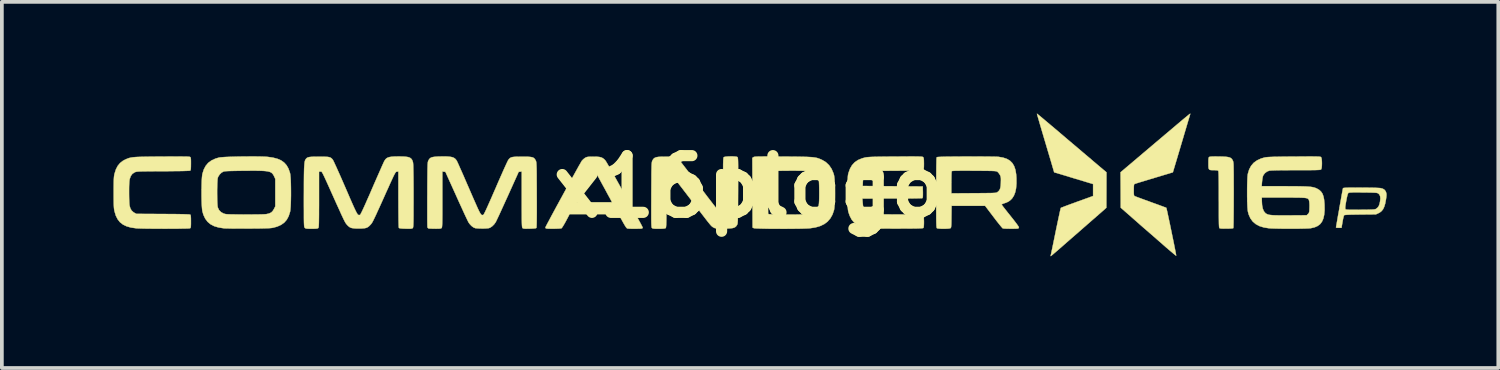
<source format=kicad_pcb>
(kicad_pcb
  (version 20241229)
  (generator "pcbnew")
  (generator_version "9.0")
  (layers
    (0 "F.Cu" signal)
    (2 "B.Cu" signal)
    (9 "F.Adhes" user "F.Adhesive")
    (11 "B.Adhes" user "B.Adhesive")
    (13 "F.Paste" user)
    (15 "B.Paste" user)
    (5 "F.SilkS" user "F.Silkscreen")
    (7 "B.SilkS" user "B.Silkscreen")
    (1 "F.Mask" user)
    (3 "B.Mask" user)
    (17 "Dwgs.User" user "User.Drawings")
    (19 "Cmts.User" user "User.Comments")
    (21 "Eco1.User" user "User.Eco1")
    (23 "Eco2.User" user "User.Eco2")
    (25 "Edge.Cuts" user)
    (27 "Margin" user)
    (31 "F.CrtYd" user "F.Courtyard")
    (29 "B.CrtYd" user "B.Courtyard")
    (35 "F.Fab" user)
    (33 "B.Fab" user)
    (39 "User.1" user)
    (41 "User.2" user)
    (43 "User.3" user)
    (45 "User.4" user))
  (footprint "x16plogo"
    (layer "F.Cu")
    (at 17.067 1.967)
    (property "Reference" "x16plogo" (at 0 0 0) (layer "F.SilkS") (effects (font (size 1.524 1.524) (thickness 0.3))))
    (attr exclude_from_pos_files exclude_from_bom)
    (fp_poly (pts (xy 12.629 -0.811) (xy 12.647 -0.811) (xy 12.747 -0.808) (xy 12.825 -0.804) (xy 12.884 -0.796) (xy 12.928 -0.785) (xy 12.96 -0.769) (xy 12.984 -0.748) (xy 13.004 -0.719) (xy 13.011 -0.705) (xy 13.016 -0.694) (xy 13.02 -0.683) (xy 13.024 -0.668) (xy 13.027 -0.648) (xy 13.03 -0.622) (xy 13.032 -0.586) (xy 13.033 -0.541) (xy 13.034 -0.483) (xy 13.035 -0.411) (xy 13.036 -0.322) (xy 13.036 -0.216) (xy 13.036 -0.09) (xy 13.037 0.058) (xy 13.037 0.224) (xy 13.036 0.372) (xy 13.036 0.511) (xy 13.035 0.642) (xy 13.034 0.76) (xy 13.033 0.865) (xy 13.032 0.954) (xy 13.03 1.026) (xy 13.029 1.077) (xy 13.027 1.107) (xy 13.026 1.113) (xy 13.009 1.119) (xy 12.972 1.123) (xy 12.921 1.125) (xy 12.863 1.127) (xy 12.802 1.127) (xy 12.746 1.126) (xy 12.699 1.124) (xy 12.667 1.12) (xy 12.659 1.117) (xy 12.654 1.113) (xy 12.65 1.106) (xy 12.647 1.093) (xy 12.644 1.073) (xy 12.642 1.044) (xy 12.64 1.003) (xy 12.639 0.95) (xy 12.638 0.882) (xy 12.637 0.797) (xy 12.637 0.694) (xy 12.637 0.569) (xy 12.637 0.422) (xy 12.636 0.345) (xy 12.636 0.177) (xy 12.636 0.033) (xy 12.635 -0.089) (xy 12.634 -0.19) (xy 12.633 -0.27) (xy 12.631 -0.333) (xy 12.629 -0.379) (xy 12.626 -0.409) (xy 12.623 -0.426) (xy 12.621 -0.429) (xy 12.6 -0.438) (xy 12.558 -0.443) (xy 12.506 -0.445) (xy 12.448 -0.445) (xy 12.407 -0.449) (xy 12.381 -0.46) (xy 12.366 -0.482) (xy 12.359 -0.52) (xy 12.357 -0.576) (xy 12.357 -0.629) (xy 12.357 -0.695) (xy 12.359 -0.74) (xy 12.362 -0.769) (xy 12.367 -0.786) (xy 12.376 -0.796) (xy 12.384 -0.801) (xy 12.409 -0.807) (xy 12.458 -0.81) (xy 12.531 -0.812) (xy 12.629 -0.811)) (stroke (width 0.01) (type solid)) (fill yes) (layer "F.SilkS"))
    (fp_poly (pts (xy 7.759 -1.955) (xy 7.787 -1.933) (xy 7.831 -1.897) (xy 7.889 -1.849) (xy 7.96 -1.789) (xy 8.041 -1.721) (xy 8.132 -1.644) (xy 8.231 -1.561) (xy 8.335 -1.473) (xy 8.338 -1.47) (xy 8.456 -1.37) (xy 8.579 -1.265) (xy 8.704 -1.159) (xy 8.828 -1.055) (xy 8.946 -0.954) (xy 9.057 -0.86) (xy 9.156 -0.777) (xy 9.24 -0.705) (xy 9.269 -0.68) (xy 9.617 -0.386) (xy 9.616 0.09) (xy 9.614 0.565) (xy 9.572 0.603) (xy 9.553 0.621) (xy 9.517 0.652) (xy 9.467 0.696) (xy 9.405 0.75) (xy 9.335 0.811) (xy 9.258 0.878) (xy 9.202 0.927) (xy 9.11 1.007) (xy 9.005 1.099) (xy 8.891 1.199) (xy 8.774 1.301) (xy 8.659 1.401) (xy 8.551 1.495) (xy 8.5 1.54) (xy 8.418 1.612) (xy 8.341 1.679) (xy 8.273 1.738) (xy 8.214 1.788) (xy 8.168 1.828) (xy 8.136 1.854) (xy 8.121 1.866) (xy 8.12 1.867) (xy 8.118 1.857) (xy 8.12 1.845) (xy 8.124 1.827) (xy 8.133 1.787) (xy 8.145 1.73) (xy 8.16 1.659) (xy 8.177 1.577) (xy 8.192 1.505) (xy 8.23 1.319) (xy 8.263 1.157) (xy 8.292 1.018) (xy 8.317 0.9) (xy 8.338 0.802) (xy 8.355 0.723) (xy 8.368 0.662) (xy 8.379 0.617) (xy 8.386 0.587) (xy 8.391 0.572) (xy 8.393 0.569) (xy 8.406 0.563) (xy 8.441 0.55) (xy 8.494 0.529) (xy 8.563 0.503) (xy 8.644 0.473) (xy 8.736 0.439) (xy 8.83 0.405) (xy 9.258 0.25) (xy 9.258 -0.071) (xy 8.735 -0.229) (xy 8.212 -0.387) (xy 8.169 -0.533) (xy 8.157 -0.574) (xy 8.139 -0.637) (xy 8.115 -0.718) (xy 8.086 -0.814) (xy 8.054 -0.922) (xy 8.019 -1.04) (xy 7.982 -1.165) (xy 7.944 -1.292) (xy 7.936 -1.319) (xy 7.9 -1.441) (xy 7.866 -1.556) (xy 7.835 -1.661) (xy 7.808 -1.754) (xy 7.785 -1.833) (xy 7.767 -1.895) (xy 7.755 -1.938) (xy 7.75 -1.96) (xy 7.749 -1.962) (xy 7.759 -1.955)) (stroke (width 0.01) (type solid)) (fill yes) (layer "F.SilkS"))
    (fp_poly (pts (xy 11.87 -1.959) (xy 11.869 -1.955) (xy 11.869 -1.954) (xy 11.864 -1.939) (xy 11.853 -1.902) (xy 11.836 -1.845) (xy 11.813 -1.769) (xy 11.786 -1.678) (xy 11.755 -1.573) (xy 11.72 -1.456) (xy 11.683 -1.33) (xy 11.643 -1.196) (xy 11.633 -1.162) (xy 11.593 -1.027) (xy 11.555 -0.9) (xy 11.52 -0.782) (xy 11.488 -0.675) (xy 11.46 -0.582) (xy 11.437 -0.505) (xy 11.419 -0.445) (xy 11.407 -0.405) (xy 11.401 -0.387) (xy 11.4 -0.386) (xy 11.388 -0.382) (xy 11.354 -0.372) (xy 11.301 -0.356) (xy 11.231 -0.335) (xy 11.147 -0.31) (xy 11.052 -0.281) (xy 10.948 -0.25) (xy 10.903 -0.236) (xy 10.795 -0.204) (xy 10.693 -0.173) (xy 10.601 -0.145) (xy 10.521 -0.121) (xy 10.457 -0.101) (xy 10.41 -0.086) (xy 10.384 -0.078) (xy 10.38 -0.077) (xy 10.368 -0.07) (xy 10.36 -0.06) (xy 10.356 -0.04) (xy 10.353 -0.008) (xy 10.352 0.043) (xy 10.351 0.088) (xy 10.351 0.153) (xy 10.353 0.198) (xy 10.356 0.226) (xy 10.362 0.243) (xy 10.371 0.251) (xy 10.373 0.252) (xy 10.39 0.259) (xy 10.427 0.274) (xy 10.483 0.295) (xy 10.554 0.321) (xy 10.638 0.352) (xy 10.73 0.385) (xy 10.808 0.414) (xy 10.905 0.449) (xy 10.994 0.481) (xy 11.072 0.51) (xy 11.137 0.534) (xy 11.186 0.552) (xy 11.216 0.563) (xy 11.225 0.567) (xy 11.229 0.58) (xy 11.237 0.615) (xy 11.25 0.669) (xy 11.265 0.74) (xy 11.283 0.824) (xy 11.303 0.919) (xy 11.325 1.022) (xy 11.347 1.13) (xy 11.37 1.24) (xy 11.392 1.349) (xy 11.414 1.454) (xy 11.434 1.553) (xy 11.452 1.643) (xy 11.467 1.72) (xy 11.479 1.783) (xy 11.487 1.827) (xy 11.491 1.851) (xy 11.491 1.854) (xy 11.481 1.849) (xy 11.454 1.828) (xy 11.412 1.794) (xy 11.358 1.748) (xy 11.293 1.693) (xy 11.219 1.63) (xy 11.139 1.56) (xy 11.132 1.553) (xy 11.048 1.48) (xy 10.968 1.41) (xy 10.895 1.346) (xy 10.83 1.289) (xy 10.776 1.243) (xy 10.737 1.208) (xy 10.715 1.189) (xy 10.69 1.168) (xy 10.65 1.133) (xy 10.595 1.086) (xy 10.53 1.029) (xy 10.458 0.965) (xy 10.379 0.896) (xy 10.327 0.85) (xy 10.001 0.564) (xy 9.999 0.088) (xy 9.996 -0.387) (xy 10.904 -1.156) (xy 11.063 -1.29) (xy 11.203 -1.409) (xy 11.327 -1.513) (xy 11.434 -1.604) (xy 11.526 -1.682) (xy 11.605 -1.748) (xy 11.67 -1.803) (xy 11.724 -1.848) (xy 11.768 -1.884) (xy 11.802 -1.912) (xy 11.828 -1.933) (xy 11.846 -1.947) (xy 11.858 -1.956) (xy 11.866 -1.96) (xy 11.869 -1.961) (xy 11.87 -1.959)) (stroke (width 0.01) (type solid)) (fill yes) (layer "F.SilkS"))
    (fp_poly (pts (xy 16.558 0.026) (xy 16.664 0.027) (xy 16.76 0.028) (xy 16.843 0.03) (xy 16.91 0.033) (xy 16.958 0.036) (xy 16.981 0.038) (xy 17.046 0.056) (xy 17.091 0.085) (xy 17.121 0.126) (xy 17.131 0.153) (xy 17.139 0.181) (xy 17.142 0.209) (xy 17.141 0.243) (xy 17.136 0.29) (xy 17.127 0.349) (xy 17.107 0.455) (xy 17.082 0.538) (xy 17.051 0.604) (xy 17.012 0.654) (xy 16.964 0.692) (xy 16.93 0.71) (xy 16.859 0.743) (xy 16.438 0.747) (xy 16.317 0.749) (xy 16.22 0.75) (xy 16.144 0.752) (xy 16.087 0.755) (xy 16.046 0.758) (xy 16.02 0.761) (xy 16.005 0.766) (xy 16.002 0.768) (xy 15.995 0.787) (xy 15.985 0.825) (xy 15.973 0.877) (xy 15.962 0.939) (xy 15.961 0.945) (xy 15.933 1.105) (xy 15.86 1.105) (xy 15.82 1.104) (xy 15.794 1.101) (xy 15.786 1.097) (xy 15.788 1.082) (xy 15.794 1.046) (xy 15.804 0.99) (xy 15.816 0.92) (xy 15.83 0.837) (xy 15.846 0.746) (xy 15.864 0.649) (xy 15.879 0.561) (xy 16.033 0.561) (xy 16.034 0.585) (xy 16.038 0.6) (xy 16.041 0.604) (xy 16.048 0.61) (xy 16.061 0.614) (xy 16.083 0.617) (xy 16.117 0.619) (xy 16.164 0.621) (xy 16.229 0.621) (xy 16.312 0.621) (xy 16.418 0.62) (xy 16.445 0.62) (xy 16.555 0.619) (xy 16.642 0.618) (xy 16.71 0.616) (xy 16.761 0.614) (xy 16.798 0.612) (xy 16.825 0.608) (xy 16.843 0.604) (xy 16.858 0.598) (xy 16.87 0.59) (xy 16.875 0.586) (xy 16.911 0.555) (xy 16.937 0.515) (xy 16.956 0.462) (xy 16.97 0.395) (xy 16.978 0.316) (xy 16.971 0.254) (xy 16.949 0.209) (xy 16.925 0.185) (xy 16.914 0.178) (xy 16.901 0.172) (xy 16.883 0.167) (xy 16.857 0.163) (xy 16.821 0.161) (xy 16.771 0.159) (xy 16.704 0.157) (xy 16.618 0.156) (xy 16.512 0.155) (xy 16.403 0.154) (xy 16.317 0.154) (xy 16.251 0.154) (xy 16.202 0.155) (xy 16.167 0.157) (xy 16.143 0.16) (xy 16.128 0.164) (xy 16.118 0.169) (xy 16.113 0.174) (xy 16.102 0.197) (xy 16.089 0.242) (xy 16.074 0.307) (xy 16.059 0.389) (xy 16.058 0.391) (xy 16.045 0.467) (xy 16.037 0.522) (xy 16.033 0.561) (xy 15.879 0.561) (xy 15.881 0.549) (xy 15.899 0.45) (xy 15.916 0.355) (xy 15.931 0.267) (xy 15.945 0.19) (xy 15.957 0.126) (xy 15.966 0.079) (xy 15.971 0.052) (xy 15.972 0.048) (xy 15.975 0.042) (xy 15.982 0.037) (xy 15.996 0.033) (xy 16.019 0.031) (xy 16.054 0.029) (xy 16.102 0.027) (xy 16.167 0.026) (xy 16.25 0.026) (xy 16.355 0.025) (xy 16.446 0.025) (xy 16.558 0.026)) (stroke (width 0.01) (type solid)) (fill yes) (layer "F.SilkS"))
    (fp_poly (pts (xy -4.079 -0.805) (xy -4.012 -0.799) (xy -3.961 -0.787) (xy -3.919 -0.767) (xy -3.882 -0.739) (xy -3.845 -0.699) (xy -3.834 -0.682) (xy -3.812 -0.645) (xy -3.779 -0.59) (xy -3.739 -0.519) (xy -3.691 -0.435) (xy -3.637 -0.339) (xy -3.577 -0.234) (xy -3.514 -0.121) (xy -3.448 -0.003) (xy -3.38 0.119) (xy -3.312 0.242) (xy -3.244 0.365) (xy -3.178 0.484) (xy -3.114 0.599) (xy -3.055 0.707) (xy -3.001 0.806) (xy -2.953 0.895) (xy -2.912 0.97) (xy -2.88 1.03) (xy -2.858 1.074) (xy -2.846 1.098) (xy -2.845 1.102) (xy -2.855 1.117) (xy -2.865 1.123) (xy -2.886 1.126) (xy -2.926 1.128) (xy -2.98 1.129) (xy -3.042 1.13) (xy -3.106 1.13) (xy -3.166 1.129) (xy -3.216 1.127) (xy -3.25 1.124) (xy -3.26 1.122) (xy -3.276 1.111) (xy -3.298 1.084) (xy -3.327 1.038) (xy -3.365 0.973) (xy -3.391 0.926) (xy -3.494 0.737) (xy -4.81 0.737) (xy -4.907 0.921) (xy -4.942 0.984) (xy -4.974 1.039) (xy -5.001 1.082) (xy -5.021 1.11) (xy -5.029 1.118) (xy -5.049 1.121) (xy -5.088 1.125) (xy -5.142 1.127) (xy -5.204 1.129) (xy -5.269 1.129) (xy -5.331 1.129) (xy -5.385 1.128) (xy -5.425 1.125) (xy -5.445 1.122) (xy -5.46 1.105) (xy -5.461 1.098) (xy -5.455 1.084) (xy -5.438 1.05) (xy -5.411 0.997) (xy -5.374 0.929) (xy -5.33 0.846) (xy -5.28 0.752) (xy -5.223 0.647) (xy -5.163 0.535) (xy -5.099 0.419) (xy -4.638 0.419) (xy -3.669 0.419) (xy -3.684 0.391) (xy -3.706 0.349) (xy -3.736 0.293) (xy -3.773 0.226) (xy -3.814 0.15) (xy -3.858 0.068) (xy -3.904 -0.015) (xy -3.949 -0.098) (xy -3.992 -0.177) (xy -4.031 -0.248) (xy -4.065 -0.31) (xy -4.092 -0.358) (xy -4.11 -0.39) (xy -4.118 -0.403) (xy -4.14 -0.416) (xy -4.159 -0.419) (xy -4.169 -0.416) (xy -4.181 -0.407) (xy -4.196 -0.388) (xy -4.215 -0.359) (xy -4.241 -0.315) (xy -4.274 -0.256) (xy -4.316 -0.179) (xy -4.368 -0.082) (xy -4.369 -0.079) (xy -4.417 0.01) (xy -4.463 0.096) (xy -4.506 0.175) (xy -4.543 0.244) (xy -4.572 0.298) (xy -4.591 0.334) (xy -4.594 0.34) (xy -4.638 0.419) (xy -5.099 0.419) (xy -5.099 0.418) (xy -5.032 0.296) (xy -4.965 0.173) (xy -4.898 0.05) (xy -4.831 -0.07) (xy -4.768 -0.186) (xy -4.707 -0.295) (xy -4.651 -0.396) (xy -4.601 -0.486) (xy -4.558 -0.563) (xy -4.522 -0.625) (xy -4.496 -0.671) (xy -4.48 -0.697) (xy -4.476 -0.702) (xy -4.441 -0.738) (xy -4.399 -0.771) (xy -4.389 -0.777) (xy -4.365 -0.789) (xy -4.342 -0.797) (xy -4.313 -0.802) (xy -4.273 -0.805) (xy -4.217 -0.806) (xy -4.166 -0.806) (xy -4.079 -0.805)) (stroke (width 0.01) (type solid)) (fill yes) (layer "F.SilkS"))
    (fp_poly (pts (xy 0.523 -0.812) (xy 0.639 -0.811) (xy 0.776 -0.81) (xy 0.93 -0.809) (xy 1.099 -0.808) (xy 1.246 -0.807) (xy 1.371 -0.805) (xy 1.477 -0.803) (xy 1.567 -0.801) (xy 1.642 -0.797) (xy 1.705 -0.793) (xy 1.757 -0.787) (xy 1.801 -0.78) (xy 1.84 -0.772) (xy 1.874 -0.761) (xy 1.907 -0.749) (xy 1.941 -0.735) (xy 1.977 -0.718) (xy 1.978 -0.718) (xy 2.079 -0.657) (xy 2.163 -0.577) (xy 2.23 -0.479) (xy 2.28 -0.362) (xy 2.296 -0.308) (xy 2.303 -0.263) (xy 2.31 -0.197) (xy 2.314 -0.114) (xy 2.318 -0.02) (xy 2.319 0.082) (xy 2.32 0.188) (xy 2.319 0.292) (xy 2.316 0.39) (xy 2.312 0.479) (xy 2.306 0.553) (xy 2.299 0.608) (xy 2.296 0.626) (xy 2.255 0.747) (xy 2.198 0.849) (xy 2.125 0.935) (xy 2.034 1.004) (xy 1.925 1.056) (xy 1.797 1.094) (xy 1.648 1.117) (xy 1.642 1.117) (xy 1.594 1.121) (xy 1.528 1.123) (xy 1.445 1.126) (xy 1.349 1.128) (xy 1.242 1.129) (xy 1.127 1.13) (xy 1.007 1.131) (xy 0.885 1.131) (xy 0.763 1.13) (xy 0.644 1.13) (xy 0.532 1.129) (xy 0.428 1.127) (xy 0.336 1.125) (xy 0.258 1.123) (xy 0.198 1.12) (xy 0.157 1.117) (xy 0.14 1.114) (xy 0.108 1.098) (xy 0.105 0.375) (xy 0.523 0.375) (xy 0.523 0.476) (xy 0.523 0.564) (xy 0.524 0.636) (xy 0.525 0.69) (xy 0.526 0.723) (xy 0.527 0.733) (xy 0.54 0.737) (xy 0.576 0.741) (xy 0.631 0.743) (xy 0.702 0.746) (xy 0.785 0.748) (xy 0.878 0.749) (xy 0.977 0.75) (xy 1.079 0.75) (xy 1.181 0.75) (xy 1.28 0.749) (xy 1.372 0.747) (xy 1.455 0.745) (xy 1.525 0.743) (xy 1.578 0.74) (xy 1.611 0.736) (xy 1.699 0.714) (xy 1.768 0.68) (xy 1.823 0.632) (xy 1.826 0.628) (xy 1.847 0.6) (xy 1.864 0.57) (xy 1.877 0.537) (xy 1.886 0.495) (xy 1.892 0.441) (xy 1.896 0.373) (xy 1.898 0.287) (xy 1.899 0.18) (xy 1.899 0.159) (xy 1.898 0.047) (xy 1.896 -0.042) (xy 1.893 -0.113) (xy 1.887 -0.169) (xy 1.878 -0.212) (xy 1.866 -0.247) (xy 1.851 -0.277) (xy 1.83 -0.305) (xy 1.826 -0.31) (xy 1.802 -0.337) (xy 1.777 -0.36) (xy 1.748 -0.379) (xy 1.713 -0.394) (xy 1.669 -0.406) (xy 1.616 -0.416) (xy 1.549 -0.422) (xy 1.468 -0.427) (xy 1.369 -0.429) (xy 1.25 -0.43) (xy 1.11 -0.43) (xy 1.029 -0.429) (xy 0.527 -0.425) (xy 0.524 0.146) (xy 0.523 0.264) (xy 0.523 0.375) (xy 0.105 0.375) (xy 0.105 0.162) (xy 0.101 -0.774) (xy 0.133 -0.794) (xy 0.141 -0.799) (xy 0.154 -0.802) (xy 0.172 -0.805) (xy 0.199 -0.807) (xy 0.236 -0.809) (xy 0.285 -0.811) (xy 0.348 -0.811) (xy 0.426 -0.812) (xy 0.523 -0.812)) (stroke (width 0.01) (type solid)) (fill yes) (layer "F.SilkS"))
    (fp_poly (pts (xy -15.225 -0.81) (xy -15.144 -0.809) (xy -15.083 -0.808) (xy -15.042 -0.805) (xy -15.018 -0.802) (xy -15.012 -0.801) (xy -15.002 -0.793) (xy -14.994 -0.782) (xy -14.99 -0.762) (xy -14.987 -0.729) (xy -14.986 -0.679) (xy -14.986 -0.617) (xy -14.987 -0.541) (xy -14.989 -0.487) (xy -14.994 -0.453) (xy -15.001 -0.436) (xy -15.003 -0.434) (xy -15.018 -0.43) (xy -15.055 -0.427) (xy -15.115 -0.425) (xy -15.198 -0.422) (xy -15.305 -0.42) (xy -15.436 -0.419) (xy -15.591 -0.417) (xy -15.73 -0.416) (xy -15.882 -0.416) (xy -16.011 -0.415) (xy -16.119 -0.414) (xy -16.208 -0.413) (xy -16.28 -0.412) (xy -16.337 -0.41) (xy -16.382 -0.408) (xy -16.416 -0.406) (xy -16.442 -0.403) (xy -16.461 -0.399) (xy -16.477 -0.395) (xy -16.49 -0.39) (xy -16.5 -0.385) (xy -16.56 -0.345) (xy -16.603 -0.286) (xy -16.631 -0.208) (xy -16.636 -0.185) (xy -16.641 -0.142) (xy -16.645 -0.079) (xy -16.648 -0.002) (xy -16.649 0.086) (xy -16.649 0.177) (xy -16.648 0.268) (xy -16.646 0.352) (xy -16.643 0.425) (xy -16.639 0.481) (xy -16.636 0.504) (xy -16.615 0.581) (xy -16.582 0.639) (xy -16.533 0.684) (xy -16.51 0.699) (xy -16.453 0.73) (xy -15.736 0.734) (xy -15.561 0.735) (xy -15.41 0.736) (xy -15.284 0.738) (xy -15.182 0.74) (xy -15.103 0.743) (xy -15.047 0.745) (xy -15.014 0.749) (xy -15.003 0.751) (xy -14.995 0.766) (xy -14.99 0.796) (xy -14.987 0.846) (xy -14.986 0.917) (xy -14.986 0.935) (xy -14.986 1.004) (xy -14.988 1.052) (xy -14.99 1.083) (xy -14.995 1.102) (xy -15.003 1.112) (xy -15.011 1.117) (xy -15.028 1.12) (xy -15.068 1.122) (xy -15.127 1.124) (xy -15.204 1.125) (xy -15.294 1.127) (xy -15.396 1.128) (xy -15.507 1.128) (xy -15.623 1.129) (xy -15.742 1.129) (xy -15.861 1.128) (xy -15.977 1.128) (xy -16.087 1.127) (xy -16.19 1.126) (xy -16.281 1.124) (xy -16.358 1.122) (xy -16.418 1.12) (xy -16.458 1.118) (xy -16.461 1.117) (xy -16.599 1.097) (xy -16.715 1.064) (xy -16.813 1.017) (xy -16.892 0.955) (xy -16.955 0.876) (xy -17.004 0.779) (xy -17.039 0.663) (xy -17.046 0.632) (xy -17.051 0.599) (xy -17.055 0.561) (xy -17.058 0.514) (xy -17.06 0.455) (xy -17.061 0.38) (xy -17.062 0.288) (xy -17.062 0.174) (xy -17.062 0.152) (xy -17.062 0.034) (xy -17.061 -0.062) (xy -17.06 -0.138) (xy -17.058 -0.199) (xy -17.055 -0.247) (xy -17.051 -0.286) (xy -17.046 -0.318) (xy -17.04 -0.346) (xy -17.039 -0.349) (xy -17.002 -0.465) (xy -16.953 -0.56) (xy -16.89 -0.636) (xy -16.813 -0.696) (xy -16.759 -0.725) (xy -16.725 -0.741) (xy -16.693 -0.754) (xy -16.662 -0.766) (xy -16.628 -0.775) (xy -16.59 -0.783) (xy -16.546 -0.79) (xy -16.493 -0.795) (xy -16.429 -0.799) (xy -16.352 -0.802) (xy -16.26 -0.804) (xy -16.15 -0.806) (xy -16.02 -0.807) (xy -15.869 -0.809) (xy -15.771 -0.809) (xy -15.599 -0.81) (xy -15.452 -0.811) (xy -15.327 -0.811) (xy -15.225 -0.81)) (stroke (width 0.01) (type solid)) (fill yes) (layer "F.SilkS"))
    (fp_poly (pts (xy -13.276 -0.812) (xy -13.17 -0.811) (xy -13.075 -0.809) (xy -12.995 -0.806) (xy -12.933 -0.802) (xy -12.922 -0.801) (xy -12.782 -0.781) (xy -12.663 -0.75) (xy -12.563 -0.707) (xy -12.482 -0.649) (xy -12.417 -0.577) (xy -12.366 -0.488) (xy -12.328 -0.381) (xy -12.322 -0.359) (xy -12.315 -0.316) (xy -12.309 -0.252) (xy -12.304 -0.171) (xy -12.301 -0.077) (xy -12.299 0.027) (xy -12.298 0.135) (xy -12.298 0.244) (xy -12.3 0.35) (xy -12.303 0.449) (xy -12.307 0.537) (xy -12.313 0.609) (xy -12.319 0.661) (xy -12.323 0.677) (xy -12.36 0.792) (xy -12.411 0.887) (xy -12.478 0.964) (xy -12.562 1.024) (xy -12.665 1.071) (xy -12.765 1.099) (xy -12.792 1.105) (xy -12.822 1.109) (xy -12.86 1.113) (xy -12.906 1.116) (xy -12.965 1.118) (xy -13.038 1.12) (xy -13.127 1.122) (xy -13.236 1.123) (xy -13.367 1.124) (xy -13.43 1.124) (xy -13.553 1.125) (xy -13.671 1.125) (xy -13.782 1.125) (xy -13.882 1.124) (xy -13.969 1.122) (xy -14.038 1.121) (xy -14.087 1.119) (xy -14.107 1.117) (xy -14.245 1.095) (xy -14.362 1.06) (xy -14.46 1.009) (xy -14.539 0.942) (xy -14.602 0.858) (xy -14.65 0.757) (xy -14.678 0.66) (xy -14.685 0.613) (xy -14.691 0.544) (xy -14.696 0.459) (xy -14.699 0.361) (xy -14.701 0.255) (xy -14.701 0.178) (xy -14.282 0.178) (xy -14.281 0.27) (xy -14.28 0.356) (xy -14.277 0.433) (xy -14.273 0.496) (xy -14.268 0.54) (xy -14.265 0.555) (xy -14.231 0.628) (xy -14.178 0.683) (xy -14.107 0.722) (xy -14.055 0.736) (xy -14.026 0.739) (xy -13.976 0.742) (xy -13.907 0.744) (xy -13.824 0.745) (xy -13.729 0.747) (xy -13.627 0.747) (xy -13.521 0.748) (xy -13.414 0.748) (xy -13.31 0.747) (xy -13.213 0.746) (xy -13.125 0.745) (xy -13.052 0.743) (xy -12.995 0.74) (xy -12.959 0.737) (xy -12.953 0.736) (xy -12.882 0.719) (xy -12.83 0.694) (xy -12.791 0.657) (xy -12.758 0.605) (xy -12.757 0.603) (xy -12.719 0.529) (xy -12.719 -0.21) (xy -12.752 -0.281) (xy -12.769 -0.314) (xy -12.787 -0.341) (xy -12.809 -0.365) (xy -12.836 -0.384) (xy -12.871 -0.399) (xy -12.915 -0.41) (xy -12.972 -0.419) (xy -13.043 -0.425) (xy -13.131 -0.428) (xy -13.237 -0.43) (xy -13.363 -0.43) (xy -13.512 -0.429) (xy -13.551 -0.429) (xy -13.689 -0.427) (xy -13.804 -0.425) (xy -13.897 -0.423) (xy -13.971 -0.421) (xy -14.028 -0.418) (xy -14.07 -0.415) (xy -14.098 -0.41) (xy -14.113 -0.406) (xy -14.166 -0.376) (xy -14.214 -0.329) (xy -14.251 -0.272) (xy -14.265 -0.239) (xy -14.27 -0.207) (xy -14.274 -0.155) (xy -14.278 -0.085) (xy -14.28 -0.004) (xy -14.282 0.085) (xy -14.282 0.178) (xy -14.701 0.178) (xy -14.701 0.146) (xy -14.7 0.036) (xy -14.698 -0.068) (xy -14.695 -0.163) (xy -14.69 -0.245) (xy -14.683 -0.309) (xy -14.678 -0.343) (xy -14.641 -0.461) (xy -14.589 -0.56) (xy -14.521 -0.641) (xy -14.434 -0.705) (xy -14.328 -0.754) (xy -14.229 -0.783) (xy -14.193 -0.788) (xy -14.135 -0.793) (xy -14.058 -0.798) (xy -13.965 -0.802) (xy -13.861 -0.805) (xy -13.748 -0.808) (xy -13.629 -0.81) (xy -13.509 -0.811) (xy -13.39 -0.812) (xy -13.276 -0.812)) (stroke (width 0.01) (type solid)) (fill yes) (layer "F.SilkS"))
    (fp_poly (pts (xy 4.505 -0.811) (xy 4.562 -0.81) (xy 4.606 -0.809) (xy 4.639 -0.807) (xy 4.661 -0.805) (xy 4.676 -0.801) (xy 4.686 -0.798) (xy 4.691 -0.794) (xy 4.7 -0.78) (xy 4.706 -0.758) (xy 4.71 -0.723) (xy 4.711 -0.671) (xy 4.712 -0.617) (xy 4.711 -0.543) (xy 4.708 -0.491) (xy 4.702 -0.46) (xy 4.695 -0.447) (xy 4.679 -0.443) (xy 4.641 -0.44) (xy 4.578 -0.437) (xy 4.493 -0.435) (xy 4.383 -0.433) (xy 4.248 -0.431) (xy 4.089 -0.43) (xy 3.975 -0.429) (xy 3.27 -0.425) (xy 3.21 -0.396) (xy 3.154 -0.36) (xy 3.114 -0.313) (xy 3.088 -0.252) (xy 3.073 -0.173) (xy 3.07 -0.112) (xy 3.067 -0.019) (xy 4.68 -0.006) (xy 4.684 0.145) (xy 4.684 0.215) (xy 4.683 0.263) (xy 4.679 0.292) (xy 4.672 0.306) (xy 4.671 0.307) (xy 4.656 0.309) (xy 4.617 0.31) (xy 4.558 0.312) (xy 4.479 0.313) (xy 4.385 0.315) (xy 4.275 0.316) (xy 4.154 0.316) (xy 4.023 0.317) (xy 3.883 0.317) (xy 3.856 0.317) (xy 3.057 0.318) (xy 3.065 0.42) (xy 3.074 0.506) (xy 3.089 0.573) (xy 3.111 0.623) (xy 3.14 0.663) (xy 3.143 0.666) (xy 3.159 0.682) (xy 3.175 0.695) (xy 3.192 0.706) (xy 3.213 0.716) (xy 3.239 0.723) (xy 3.273 0.729) (xy 3.317 0.734) (xy 3.374 0.738) (xy 3.444 0.74) (xy 3.53 0.742) (xy 3.635 0.744) (xy 3.76 0.745) (xy 3.907 0.746) (xy 3.981 0.746) (xy 4.154 0.747) (xy 4.303 0.749) (xy 4.427 0.751) (xy 4.527 0.753) (xy 4.604 0.756) (xy 4.657 0.758) (xy 4.687 0.762) (xy 4.695 0.764) (xy 4.702 0.782) (xy 4.707 0.819) (xy 4.71 0.869) (xy 4.712 0.926) (xy 4.712 0.984) (xy 4.71 1.037) (xy 4.706 1.079) (xy 4.7 1.104) (xy 4.699 1.105) (xy 4.694 1.109) (xy 4.682 1.113) (xy 4.663 1.116) (xy 4.633 1.118) (xy 4.591 1.12) (xy 4.535 1.122) (xy 4.463 1.123) (xy 4.373 1.124) (xy 4.262 1.125) (xy 4.13 1.125) (xy 4.023 1.126) (xy 3.892 1.126) (xy 3.765 1.125) (xy 3.646 1.125) (xy 3.537 1.124) (xy 3.442 1.123) (xy 3.362 1.121) (xy 3.302 1.119) (xy 3.263 1.118) (xy 3.257 1.117) (xy 3.121 1.097) (xy 3.006 1.065) (xy 2.91 1.019) (xy 2.832 0.959) (xy 2.769 0.882) (xy 2.719 0.786) (xy 2.684 0.686) (xy 2.678 0.661) (xy 2.673 0.634) (xy 2.669 0.602) (xy 2.666 0.563) (xy 2.664 0.512) (xy 2.662 0.447) (xy 2.661 0.365) (xy 2.661 0.264) (xy 2.661 0.159) (xy 2.661 0.038) (xy 2.661 -0.061) (xy 2.662 -0.14) (xy 2.664 -0.203) (xy 2.666 -0.252) (xy 2.669 -0.29) (xy 2.673 -0.321) (xy 2.679 -0.348) (xy 2.684 -0.368) (xy 2.726 -0.484) (xy 2.781 -0.579) (xy 2.852 -0.656) (xy 2.94 -0.716) (xy 3.048 -0.761) (xy 3.124 -0.782) (xy 3.147 -0.787) (xy 3.174 -0.791) (xy 3.206 -0.794) (xy 3.245 -0.797) (xy 3.294 -0.8) (xy 3.355 -0.802) (xy 3.43 -0.804) (xy 3.522 -0.805) (xy 3.631 -0.807) (xy 3.762 -0.808) (xy 3.915 -0.809) (xy 3.945 -0.809) (xy 4.1 -0.81) (xy 4.231 -0.811) (xy 4.341 -0.812) (xy 4.432 -0.812) (xy 4.505 -0.811)) (stroke (width 0.01) (type solid)) (fill yes) (layer "F.SilkS"))
    (fp_poly (pts (xy 15.207 -0.811) (xy 15.262 -0.81) (xy 15.305 -0.809) (xy 15.336 -0.807) (xy 15.357 -0.804) (xy 15.371 -0.801) (xy 15.38 -0.797) (xy 15.384 -0.794) (xy 15.395 -0.77) (xy 15.402 -0.729) (xy 15.406 -0.675) (xy 15.407 -0.616) (xy 15.405 -0.558) (xy 15.4 -0.509) (xy 15.391 -0.475) (xy 15.385 -0.464) (xy 15.378 -0.46) (xy 15.366 -0.456) (xy 15.347 -0.453) (xy 15.319 -0.451) (xy 15.279 -0.449) (xy 15.226 -0.447) (xy 15.157 -0.446) (xy 15.071 -0.445) (xy 14.965 -0.445) (xy 14.838 -0.445) (xy 14.713 -0.445) (xy 14.542 -0.444) (xy 14.392 -0.443) (xy 14.266 -0.442) (xy 14.162 -0.44) (xy 14.082 -0.437) (xy 14.026 -0.434) (xy 13.995 -0.431) (xy 13.995 -0.431) (xy 13.93 -0.406) (xy 13.874 -0.363) (xy 13.833 -0.309) (xy 13.819 -0.273) (xy 13.811 -0.236) (xy 13.803 -0.183) (xy 13.797 -0.126) (xy 13.796 -0.117) (xy 13.788 -0.013) (xy 14.384 -0.013) (xy 14.545 -0.012) (xy 14.684 -0.012) (xy 14.801 -0.01) (xy 14.9 -0.008) (xy 14.982 -0.005) (xy 15.05 -0.001) (xy 15.106 0.004) (xy 15.152 0.011) (xy 15.191 0.02) (xy 15.224 0.03) (xy 15.254 0.042) (xy 15.274 0.051) (xy 15.336 0.088) (xy 15.384 0.132) (xy 15.421 0.187) (xy 15.447 0.257) (xy 15.465 0.343) (xy 15.475 0.451) (xy 15.477 0.489) (xy 15.479 0.632) (xy 15.468 0.754) (xy 15.445 0.856) (xy 15.409 0.939) (xy 15.359 1.005) (xy 15.293 1.055) (xy 15.212 1.091) (xy 15.114 1.114) (xy 15.096 1.117) (xy 15.058 1.12) (xy 14.998 1.123) (xy 14.921 1.125) (xy 14.829 1.127) (xy 14.727 1.128) (xy 14.618 1.128) (xy 14.506 1.128) (xy 14.396 1.128) (xy 14.29 1.127) (xy 14.192 1.125) (xy 14.107 1.123) (xy 14.037 1.12) (xy 13.988 1.117) (xy 13.986 1.117) (xy 13.847 1.095) (xy 13.728 1.058) (xy 13.629 1.005) (xy 13.548 0.936) (xy 13.485 0.85) (xy 13.439 0.746) (xy 13.418 0.667) (xy 13.412 0.624) (xy 13.407 0.561) (xy 13.403 0.48) (xy 13.4 0.387) (xy 13.399 0.292) (xy 13.792 0.292) (xy 13.792 0.384) (xy 13.799 0.496) (xy 13.817 0.589) (xy 13.847 0.66) (xy 13.889 0.71) (xy 13.902 0.72) (xy 13.924 0.733) (xy 13.948 0.744) (xy 13.976 0.753) (xy 14.011 0.759) (xy 14.056 0.764) (xy 14.113 0.768) (xy 14.184 0.77) (xy 14.273 0.771) (xy 14.382 0.771) (xy 14.513 0.771) (xy 14.525 0.771) (xy 14.998 0.768) (xy 15.033 0.733) (xy 15.049 0.716) (xy 15.059 0.698) (xy 15.066 0.674) (xy 15.07 0.638) (xy 15.072 0.584) (xy 15.073 0.562) (xy 15.074 0.495) (xy 15.071 0.436) (xy 15.066 0.392) (xy 15.063 0.378) (xy 15.057 0.359) (xy 15.05 0.343) (xy 15.041 0.33) (xy 15.026 0.319) (xy 15.005 0.311) (xy 14.974 0.304) (xy 14.932 0.299) (xy 14.876 0.296) (xy 14.805 0.294) (xy 14.716 0.293) (xy 14.607 0.292) (xy 14.476 0.292) (xy 14.383 0.292) (xy 13.792 0.292) (xy 13.399 0.292) (xy 13.398 0.284) (xy 13.398 0.177) (xy 13.398 0.069) (xy 13.399 -0.035) (xy 13.402 -0.132) (xy 13.405 -0.217) (xy 13.409 -0.286) (xy 13.415 -0.335) (xy 13.417 -0.345) (xy 13.452 -0.462) (xy 13.504 -0.56) (xy 13.574 -0.642) (xy 13.664 -0.707) (xy 13.772 -0.757) (xy 13.863 -0.783) (xy 13.886 -0.788) (xy 13.914 -0.792) (xy 13.948 -0.795) (xy 13.992 -0.798) (xy 14.048 -0.8) (xy 14.117 -0.803) (xy 14.201 -0.804) (xy 14.303 -0.806) (xy 14.426 -0.807) (xy 14.57 -0.809) (xy 14.657 -0.809) (xy 14.81 -0.81) (xy 14.939 -0.811) (xy 15.047 -0.812) (xy 15.135 -0.812) (xy 15.207 -0.811)) (stroke (width 0.01) (type solid)) (fill yes) (layer "F.SilkS"))
    (fp_poly (pts (xy 6.277 -0.81) (xy 6.398 -0.809) (xy 6.504 -0.808) (xy 6.593 -0.807) (xy 6.661 -0.805) (xy 6.708 -0.803) (xy 6.725 -0.801) (xy 6.844 -0.78) (xy 6.943 -0.746) (xy 7.024 -0.698) (xy 7.088 -0.634) (xy 7.136 -0.553) (xy 7.17 -0.454) (xy 7.19 -0.334) (xy 7.197 -0.234) (xy 7.198 -0.085) (xy 7.188 0.042) (xy 7.165 0.15) (xy 7.13 0.24) (xy 7.083 0.313) (xy 7.064 0.334) (xy 7.02 0.375) (xy 6.973 0.405) (xy 6.915 0.431) (xy 6.871 0.445) (xy 6.833 0.459) (xy 6.808 0.472) (xy 6.801 0.48) (xy 6.809 0.493) (xy 6.83 0.523) (xy 6.864 0.567) (xy 6.908 0.623) (xy 6.96 0.689) (xy 7.018 0.761) (xy 7.033 0.78) (xy 7.092 0.854) (xy 7.146 0.923) (xy 7.192 0.983) (xy 7.228 1.033) (xy 7.253 1.069) (xy 7.264 1.089) (xy 7.264 1.091) (xy 7.255 1.115) (xy 7.244 1.123) (xy 7.223 1.126) (xy 7.183 1.128) (xy 7.128 1.129) (xy 7.066 1.129) (xy 7.001 1.129) (xy 6.939 1.128) (xy 6.886 1.126) (xy 6.848 1.123) (xy 6.831 1.12) (xy 6.818 1.108) (xy 6.792 1.078) (xy 6.755 1.033) (xy 6.709 0.976) (xy 6.656 0.909) (xy 6.599 0.834) (xy 6.583 0.813) (xy 6.356 0.514) (xy 5.455 0.514) (xy 5.451 0.806) (xy 5.45 0.901) (xy 5.449 0.974) (xy 5.447 1.027) (xy 5.444 1.065) (xy 5.44 1.09) (xy 5.435 1.105) (xy 5.428 1.113) (xy 5.427 1.114) (xy 5.405 1.121) (xy 5.365 1.126) (xy 5.311 1.129) (xy 5.251 1.13) (xy 5.19 1.13) (xy 5.135 1.127) (xy 5.091 1.123) (xy 5.065 1.117) (xy 5.064 1.117) (xy 5.06 1.113) (xy 5.056 1.106) (xy 5.053 1.094) (xy 5.051 1.076) (xy 5.048 1.05) (xy 5.047 1.013) (xy 5.045 0.964) (xy 5.044 0.903) (xy 5.043 0.825) (xy 5.043 0.731) (xy 5.042 0.619) (xy 5.042 0.485) (xy 5.042 0.33) (xy 5.042 0.179) (xy 5.448 0.179) (xy 6.051 0.175) (xy 6.19 0.174) (xy 6.306 0.173) (xy 6.401 0.172) (xy 6.478 0.171) (xy 6.538 0.17) (xy 6.584 0.168) (xy 6.619 0.166) (xy 6.644 0.163) (xy 6.661 0.159) (xy 6.673 0.154) (xy 6.683 0.149) (xy 6.689 0.145) (xy 6.724 0.114) (xy 6.748 0.08) (xy 6.764 0.037) (xy 6.774 -0.021) (xy 6.779 -0.097) (xy 6.779 -0.114) (xy 6.781 -0.179) (xy 6.78 -0.225) (xy 6.776 -0.259) (xy 6.769 -0.285) (xy 6.757 -0.312) (xy 6.754 -0.317) (xy 6.729 -0.356) (xy 6.7 -0.39) (xy 6.689 -0.399) (xy 6.68 -0.405) (xy 6.669 -0.41) (xy 6.655 -0.415) (xy 6.634 -0.418) (xy 6.605 -0.421) (xy 6.565 -0.423) (xy 6.513 -0.425) (xy 6.445 -0.426) (xy 6.36 -0.427) (xy 6.255 -0.428) (xy 6.128 -0.429) (xy 6.061 -0.429) (xy 5.918 -0.43) (xy 5.798 -0.43) (xy 5.699 -0.43) (xy 5.621 -0.429) (xy 5.56 -0.428) (xy 5.515 -0.426) (xy 5.485 -0.424) (xy 5.467 -0.42) (xy 5.459 -0.416) (xy 5.459 -0.416) (xy 5.456 -0.399) (xy 5.453 -0.361) (xy 5.451 -0.305) (xy 5.45 -0.235) (xy 5.449 -0.154) (xy 5.448 -0.111) (xy 5.448 0.179) (xy 5.042 0.179) (xy 5.042 0.168) (xy 5.042 -0.009) (xy 5.043 -0.171) (xy 5.044 -0.317) (xy 5.045 -0.446) (xy 5.046 -0.556) (xy 5.048 -0.646) (xy 5.049 -0.715) (xy 5.051 -0.762) (xy 5.054 -0.785) (xy 5.054 -0.787) (xy 5.059 -0.791) (xy 5.071 -0.795) (xy 5.089 -0.798) (xy 5.118 -0.8) (xy 5.158 -0.802) (xy 5.212 -0.804) (xy 5.28 -0.806) (xy 5.366 -0.807) (xy 5.47 -0.808) (xy 5.595 -0.809) (xy 5.743 -0.81) (xy 5.845 -0.81) (xy 5.998 -0.811) (xy 6.143 -0.811) (xy 6.277 -0.81)) (stroke (width 0.01) (type solid)) (fill yes) (layer "F.SilkS"))
    (fp_poly (pts (xy -0.429 -0.814) (xy -0.373 -0.811) (xy -0.329 -0.806) (xy -0.302 -0.798) (xy -0.301 -0.797) (xy -0.296 -0.792) (xy -0.293 -0.785) (xy -0.29 -0.772) (xy -0.287 -0.752) (xy -0.285 -0.724) (xy -0.283 -0.685) (xy -0.282 -0.634) (xy -0.281 -0.568) (xy -0.281 -0.487) (xy -0.281 -0.389) (xy -0.281 -0.271) (xy -0.281 -0.132) (xy -0.282 0.03) (xy -0.282 0.102) (xy -0.283 0.273) (xy -0.284 0.42) (xy -0.284 0.546) (xy -0.285 0.652) (xy -0.286 0.741) (xy -0.287 0.812) (xy -0.289 0.87) (xy -0.29 0.915) (xy -0.293 0.95) (xy -0.295 0.976) (xy -0.298 0.994) (xy -0.302 1.008) (xy -0.306 1.019) (xy -0.311 1.028) (xy -0.312 1.029) (xy -0.332 1.06) (xy -0.357 1.083) (xy -0.388 1.1) (xy -0.43 1.112) (xy -0.486 1.119) (xy -0.561 1.123) (xy -0.656 1.124) (xy -0.667 1.124) (xy -0.749 1.124) (xy -0.81 1.123) (xy -0.854 1.121) (xy -0.885 1.118) (xy -0.909 1.112) (xy -0.928 1.104) (xy -0.946 1.094) (xy -0.957 1.088) (xy -0.968 1.081) (xy -0.978 1.074) (xy -0.989 1.065) (xy -1.003 1.051) (xy -1.02 1.033) (xy -1.041 1.008) (xy -1.068 0.975) (xy -1.102 0.933) (xy -1.143 0.88) (xy -1.193 0.815) (xy -1.254 0.736) (xy -1.325 0.643) (xy -1.409 0.533) (xy -1.507 0.406) (xy -1.598 0.286) (xy -1.701 0.152) (xy -1.79 0.036) (xy -1.866 -0.062) (xy -1.929 -0.145) (xy -1.982 -0.213) (xy -2.026 -0.267) (xy -2.061 -0.31) (xy -2.089 -0.343) (xy -2.11 -0.366) (xy -2.127 -0.383) (xy -2.14 -0.393) (xy -2.15 -0.398) (xy -2.159 -0.4) (xy -2.163 -0.4) (xy -2.203 -0.4) (xy -2.207 0.349) (xy -2.207 0.507) (xy -2.208 0.641) (xy -2.209 0.753) (xy -2.21 0.846) (xy -2.211 0.921) (xy -2.213 0.981) (xy -2.214 1.026) (xy -2.217 1.06) (xy -2.219 1.083) (xy -2.222 1.099) (xy -2.226 1.109) (xy -2.231 1.114) (xy -2.231 1.114) (xy -2.255 1.122) (xy -2.302 1.128) (xy -2.374 1.13) (xy -2.415 1.13) (xy -2.485 1.13) (xy -2.534 1.128) (xy -2.566 1.124) (xy -2.586 1.117) (xy -2.597 1.11) (xy -2.601 1.104) (xy -2.604 1.094) (xy -2.607 1.078) (xy -2.609 1.054) (xy -2.611 1.021) (xy -2.613 0.976) (xy -2.614 0.918) (xy -2.615 0.845) (xy -2.615 0.755) (xy -2.615 0.647) (xy -2.615 0.519) (xy -2.614 0.368) (xy -2.614 0.218) (xy -2.613 0.048) (xy -2.612 -0.099) (xy -2.611 -0.224) (xy -2.611 -0.329) (xy -2.61 -0.416) (xy -2.608 -0.487) (xy -2.607 -0.544) (xy -2.605 -0.589) (xy -2.603 -0.623) (xy -2.6 -0.649) (xy -2.597 -0.668) (xy -2.593 -0.682) (xy -2.589 -0.693) (xy -2.584 -0.704) (xy -2.584 -0.704) (xy -2.564 -0.737) (xy -2.542 -0.762) (xy -2.513 -0.78) (xy -2.474 -0.793) (xy -2.422 -0.801) (xy -2.353 -0.805) (xy -2.263 -0.806) (xy -2.223 -0.806) (xy -2.13 -0.806) (xy -2.059 -0.804) (xy -2.005 -0.799) (xy -1.964 -0.791) (xy -1.933 -0.778) (xy -1.906 -0.76) (xy -1.88 -0.736) (xy -1.87 -0.726) (xy -1.857 -0.71) (xy -1.831 -0.676) (xy -1.791 -0.625) (xy -1.74 -0.559) (xy -1.679 -0.48) (xy -1.609 -0.389) (xy -1.532 -0.289) (xy -1.449 -0.18) (xy -1.361 -0.064) (xy -1.3 0.016) (xy -1.195 0.153) (xy -1.105 0.272) (xy -1.027 0.373) (xy -0.962 0.457) (xy -0.907 0.527) (xy -0.862 0.584) (xy -0.826 0.629) (xy -0.797 0.663) (xy -0.775 0.688) (xy -0.757 0.705) (xy -0.744 0.716) (xy -0.734 0.722) (xy -0.725 0.724) (xy -0.723 0.724) (xy -0.686 0.724) (xy -0.686 -0.024) (xy -0.686 -0.183) (xy -0.686 -0.317) (xy -0.685 -0.431) (xy -0.684 -0.524) (xy -0.684 -0.6) (xy -0.682 -0.66) (xy -0.681 -0.706) (xy -0.678 -0.74) (xy -0.676 -0.764) (xy -0.673 -0.78) (xy -0.669 -0.789) (xy -0.666 -0.793) (xy -0.645 -0.801) (xy -0.604 -0.808) (xy -0.551 -0.812) (xy -0.49 -0.814) (xy -0.429 -0.814)) (stroke (width 0.01) (type solid)) (fill yes) (layer "F.SilkS"))
    (fp_poly (pts (xy -8.095 -0.811) (xy -8.021 -0.804) (xy -7.964 -0.793) (xy -7.919 -0.775) (xy -7.885 -0.751) (xy -7.857 -0.719) (xy -7.84 -0.692) (xy -7.83 -0.671) (xy -7.81 -0.629) (xy -7.783 -0.569) (xy -7.749 -0.491) (xy -7.708 -0.4) (xy -7.662 -0.296) (xy -7.613 -0.182) (xy -7.56 -0.06) (xy -7.51 0.054) (xy -7.446 0.202) (xy -7.391 0.328) (xy -7.344 0.434) (xy -7.305 0.522) (xy -7.273 0.593) (xy -7.246 0.649) (xy -7.224 0.692) (xy -7.205 0.723) (xy -7.19 0.744) (xy -7.177 0.756) (xy -7.164 0.762) (xy -7.152 0.763) (xy -7.14 0.76) (xy -7.129 0.757) (xy -7.12 0.747) (xy -7.104 0.719) (xy -7.081 0.674) (xy -7.05 0.609) (xy -7.012 0.525) (xy -6.965 0.42) (xy -6.909 0.294) (xy -6.845 0.146) (xy -6.795 0.033) (xy -6.74 -0.096) (xy -6.686 -0.218) (xy -6.636 -0.332) (xy -6.59 -0.436) (xy -6.549 -0.527) (xy -6.514 -0.603) (xy -6.486 -0.663) (xy -6.466 -0.703) (xy -6.455 -0.723) (xy -6.455 -0.723) (xy -6.432 -0.75) (xy -6.41 -0.77) (xy -6.384 -0.785) (xy -6.351 -0.795) (xy -6.306 -0.801) (xy -6.246 -0.805) (xy -6.168 -0.806) (xy -6.09 -0.806) (xy -5.991 -0.806) (xy -5.913 -0.804) (xy -5.855 -0.798) (xy -5.811 -0.79) (xy -5.779 -0.776) (xy -5.755 -0.757) (xy -5.736 -0.731) (xy -5.721 -0.704) (xy -5.716 -0.694) (xy -5.712 -0.682) (xy -5.708 -0.667) (xy -5.705 -0.647) (xy -5.703 -0.62) (xy -5.701 -0.584) (xy -5.699 -0.537) (xy -5.697 -0.478) (xy -5.696 -0.405) (xy -5.695 -0.315) (xy -5.695 -0.207) (xy -5.694 -0.078) (xy -5.693 0.072) (xy -5.693 0.216) (xy -5.692 0.397) (xy -5.692 0.559) (xy -5.692 0.702) (xy -5.693 0.825) (xy -5.694 0.927) (xy -5.696 1.007) (xy -5.698 1.064) (xy -5.7 1.097) (xy -5.702 1.105) (xy -5.712 1.113) (xy -5.734 1.119) (xy -5.772 1.123) (xy -5.828 1.126) (xy -5.884 1.128) (xy -5.955 1.129) (xy -6.005 1.129) (xy -6.038 1.126) (xy -6.059 1.121) (xy -6.073 1.114) (xy -6.075 1.111) (xy -6.079 1.105) (xy -6.083 1.095) (xy -6.086 1.078) (xy -6.089 1.054) (xy -6.091 1.019) (xy -6.093 0.973) (xy -6.094 0.912) (xy -6.095 0.836) (xy -6.095 0.742) (xy -6.096 0.629) (xy -6.096 0.494) (xy -6.096 0.341) (xy -6.096 -0.408) (xy -6.137 -0.404) (xy -6.178 -0.4) (xy -6.47 0.248) (xy -6.526 0.37) (xy -6.579 0.487) (xy -6.629 0.596) (xy -6.674 0.695) (xy -6.714 0.782) (xy -6.748 0.853) (xy -6.774 0.908) (xy -6.791 0.943) (xy -6.797 0.954) (xy -6.84 1.014) (xy -6.891 1.064) (xy -6.944 1.1) (xy -6.981 1.114) (xy -7.015 1.118) (xy -7.065 1.122) (xy -7.125 1.124) (xy -7.163 1.124) (xy -7.224 1.123) (xy -7.282 1.12) (xy -7.327 1.116) (xy -7.345 1.114) (xy -7.395 1.093) (xy -7.448 1.053) (xy -7.497 1) (xy -7.529 0.954) (xy -7.54 0.931) (xy -7.561 0.888) (xy -7.59 0.827) (xy -7.627 0.749) (xy -7.669 0.657) (xy -7.716 0.554) (xy -7.768 0.441) (xy -7.822 0.322) (xy -7.855 0.248) (xy -8.148 -0.4) (xy -8.23 -0.408) (xy -8.23 0.341) (xy -8.23 0.499) (xy -8.23 0.634) (xy -8.23 0.748) (xy -8.231 0.841) (xy -8.232 0.917) (xy -8.233 0.977) (xy -8.235 1.023) (xy -8.237 1.057) (xy -8.24 1.081) (xy -8.243 1.097) (xy -8.247 1.106) (xy -8.25 1.11) (xy -8.263 1.119) (xy -8.286 1.125) (xy -8.322 1.128) (xy -8.377 1.129) (xy -8.424 1.129) (xy -8.486 1.128) (xy -8.54 1.126) (xy -8.58 1.124) (xy -8.601 1.122) (xy -8.622 1.106) (xy -8.63 1.088) (xy -8.631 1.071) (xy -8.632 1.031) (xy -8.633 0.969) (xy -8.634 0.889) (xy -8.634 0.792) (xy -8.634 0.68) (xy -8.634 0.556) (xy -8.634 0.421) (xy -8.634 0.279) (xy -8.633 0.203) (xy -8.633 0.035) (xy -8.632 -0.111) (xy -8.631 -0.234) (xy -8.63 -0.338) (xy -8.629 -0.424) (xy -8.628 -0.494) (xy -8.626 -0.55) (xy -8.625 -0.594) (xy -8.622 -0.627) (xy -8.62 -0.653) (xy -8.616 -0.671) (xy -8.612 -0.685) (xy -8.608 -0.697) (xy -8.604 -0.704) (xy -8.583 -0.74) (xy -8.559 -0.766) (xy -8.526 -0.785) (xy -8.482 -0.797) (xy -8.423 -0.805) (xy -8.343 -0.81) (xy -8.302 -0.811) (xy -8.187 -0.813) (xy -8.095 -0.811)) (stroke (width 0.01) (type solid)) (fill yes) (layer "F.SilkS"))
    (fp_poly (pts (xy -9.296 -0.811) (xy -9.212 -0.805) (xy -9.147 -0.795) (xy -9.099 -0.777) (xy -9.065 -0.751) (xy -9.041 -0.717) (xy -9.024 -0.671) (xy -9.018 -0.647) (xy -9.015 -0.618) (xy -9.012 -0.564) (xy -9.01 -0.484) (xy -9.008 -0.38) (xy -9.006 -0.25) (xy -9.005 -0.095) (xy -9.004 0.084) (xy -9.004 0.254) (xy -9.004 0.421) (xy -9.005 0.565) (xy -9.005 0.687) (xy -9.005 0.789) (xy -9.006 0.873) (xy -9.007 0.941) (xy -9.009 0.994) (xy -9.01 1.035) (xy -9.013 1.064) (xy -9.015 1.085) (xy -9.019 1.099) (xy -9.022 1.108) (xy -9.025 1.111) (xy -9.037 1.12) (xy -9.056 1.125) (xy -9.086 1.129) (xy -9.132 1.129) (xy -9.197 1.129) (xy -9.216 1.128) (xy -9.289 1.126) (xy -9.34 1.122) (xy -9.373 1.118) (xy -9.391 1.111) (xy -9.398 1.105) (xy -9.401 1.088) (xy -9.403 1.048) (xy -9.405 0.986) (xy -9.407 0.902) (xy -9.408 0.8) (xy -9.409 0.681) (xy -9.41 0.545) (xy -9.41 0.396) (xy -9.411 0.339) (xy -9.411 -0.408) (xy -9.451 -0.404) (xy -9.46 -0.403) (xy -9.469 -0.4) (xy -9.478 -0.393) (xy -9.488 -0.38) (xy -9.501 -0.36) (xy -9.517 -0.331) (xy -9.538 -0.29) (xy -9.564 -0.235) (xy -9.596 -0.166) (xy -9.636 -0.079) (xy -9.683 0.027) (xy -9.741 0.153) (xy -9.749 0.171) (xy -9.818 0.326) (xy -9.878 0.459) (xy -9.929 0.572) (xy -9.973 0.667) (xy -10.009 0.747) (xy -10.04 0.812) (xy -10.065 0.864) (xy -10.085 0.905) (xy -10.102 0.938) (xy -10.116 0.963) (xy -10.129 0.982) (xy -10.14 0.998) (xy -10.152 1.012) (xy -10.164 1.025) (xy -10.169 1.03) (xy -10.204 1.065) (xy -10.239 1.09) (xy -10.278 1.107) (xy -10.326 1.117) (xy -10.389 1.122) (xy -10.471 1.123) (xy -10.484 1.123) (xy -10.568 1.122) (xy -10.632 1.116) (xy -10.681 1.106) (xy -10.72 1.088) (xy -10.755 1.061) (xy -10.788 1.028) (xy -10.8 1.014) (xy -10.812 1) (xy -10.823 0.984) (xy -10.836 0.965) (xy -10.85 0.939) (xy -10.867 0.906) (xy -10.888 0.864) (xy -10.913 0.81) (xy -10.945 0.743) (xy -10.982 0.66) (xy -11.027 0.561) (xy -11.081 0.443) (xy -11.144 0.303) (xy -11.158 0.271) (xy -11.222 0.129) (xy -11.276 0.008) (xy -11.322 -0.094) (xy -11.36 -0.177) (xy -11.391 -0.244) (xy -11.416 -0.297) (xy -11.436 -0.337) (xy -11.451 -0.366) (xy -11.463 -0.386) (xy -11.473 -0.398) (xy -11.481 -0.405) (xy -11.488 -0.407) (xy -11.496 -0.407) (xy -11.504 -0.406) (xy -11.506 -0.406) (xy -11.544 -0.406) (xy -11.544 0.342) (xy -11.544 0.5) (xy -11.545 0.635) (xy -11.545 0.748) (xy -11.546 0.842) (xy -11.547 0.917) (xy -11.548 0.977) (xy -11.55 1.023) (xy -11.552 1.057) (xy -11.554 1.081) (xy -11.558 1.097) (xy -11.561 1.107) (xy -11.564 1.11) (xy -11.578 1.119) (xy -11.601 1.125) (xy -11.639 1.128) (xy -11.694 1.13) (xy -11.742 1.13) (xy -11.809 1.13) (xy -11.856 1.128) (xy -11.887 1.125) (xy -11.907 1.119) (xy -11.921 1.109) (xy -11.925 1.105) (xy -11.93 1.099) (xy -11.935 1.092) (xy -11.939 1.081) (xy -11.942 1.065) (xy -11.944 1.041) (xy -11.946 1.008) (xy -11.948 0.964) (xy -11.949 0.907) (xy -11.95 0.835) (xy -11.95 0.746) (xy -11.95 0.639) (xy -11.951 0.511) (xy -11.951 0.36) (xy -11.951 0.27) (xy -11.95 0.09) (xy -11.95 -0.066) (xy -11.949 -0.2) (xy -11.948 -0.315) (xy -11.946 -0.411) (xy -11.944 -0.49) (xy -11.94 -0.555) (xy -11.936 -0.608) (xy -11.932 -0.649) (xy -11.926 -0.68) (xy -11.919 -0.705) (xy -11.911 -0.723) (xy -11.905 -0.733) (xy -11.888 -0.756) (xy -11.868 -0.774) (xy -11.842 -0.787) (xy -11.806 -0.796) (xy -11.756 -0.802) (xy -11.691 -0.805) (xy -11.605 -0.806) (xy -11.544 -0.806) (xy -11.447 -0.806) (xy -11.372 -0.804) (xy -11.315 -0.801) (xy -11.272 -0.794) (xy -11.24 -0.783) (xy -11.215 -0.768) (xy -11.193 -0.747) (xy -11.173 -0.723) (xy -11.163 -0.705) (xy -11.143 -0.665) (xy -11.116 -0.606) (xy -11.081 -0.531) (xy -11.04 -0.44) (xy -10.994 -0.337) (xy -10.944 -0.224) (xy -10.891 -0.102) (xy -10.835 0.026) (xy -10.832 0.033) (xy -10.767 0.183) (xy -10.712 0.311) (xy -10.664 0.42) (xy -10.624 0.51) (xy -10.591 0.583) (xy -10.563 0.641) (xy -10.541 0.685) (xy -10.522 0.718) (xy -10.506 0.741) (xy -10.493 0.754) (xy -10.48 0.761) (xy -10.469 0.763) (xy -10.456 0.761) (xy -10.443 0.757) (xy -10.434 0.748) (xy -10.42 0.723) (xy -10.399 0.683) (xy -10.371 0.625) (xy -10.336 0.549) (xy -10.293 0.454) (xy -10.242 0.338) (xy -10.181 0.201) (xy -10.118 0.054) (xy -10.063 -0.073) (xy -10.01 -0.194) (xy -9.96 -0.307) (xy -9.915 -0.409) (xy -9.875 -0.5) (xy -9.842 -0.575) (xy -9.815 -0.634) (xy -9.797 -0.674) (xy -9.788 -0.691) (xy -9.763 -0.729) (xy -9.735 -0.759) (xy -9.7 -0.78) (xy -9.655 -0.795) (xy -9.596 -0.805) (xy -9.52 -0.81) (xy -9.422 -0.812) (xy -9.402 -0.812) (xy -9.296 -0.811)) (stroke (width 0.01) (type solid)) (fill yes) (layer "F.SilkS")))
  (gr_rect
    (start -3 -3)
    (end 37.214 6.839)
    (stroke (width 0.1) (type default))
    (fill no)
    (layer "Edge.Cuts")))
</source>
